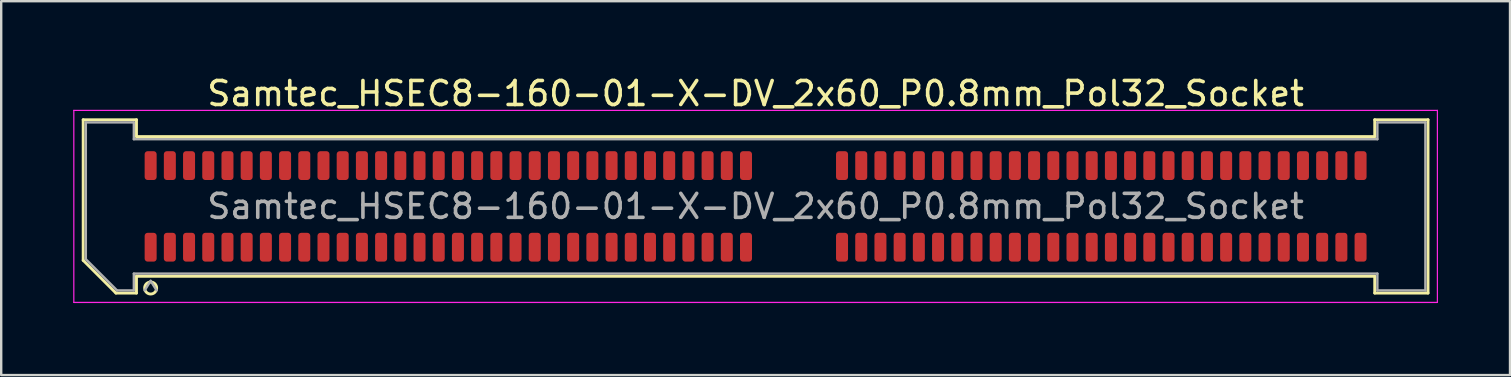
<source format=kicad_pcb>
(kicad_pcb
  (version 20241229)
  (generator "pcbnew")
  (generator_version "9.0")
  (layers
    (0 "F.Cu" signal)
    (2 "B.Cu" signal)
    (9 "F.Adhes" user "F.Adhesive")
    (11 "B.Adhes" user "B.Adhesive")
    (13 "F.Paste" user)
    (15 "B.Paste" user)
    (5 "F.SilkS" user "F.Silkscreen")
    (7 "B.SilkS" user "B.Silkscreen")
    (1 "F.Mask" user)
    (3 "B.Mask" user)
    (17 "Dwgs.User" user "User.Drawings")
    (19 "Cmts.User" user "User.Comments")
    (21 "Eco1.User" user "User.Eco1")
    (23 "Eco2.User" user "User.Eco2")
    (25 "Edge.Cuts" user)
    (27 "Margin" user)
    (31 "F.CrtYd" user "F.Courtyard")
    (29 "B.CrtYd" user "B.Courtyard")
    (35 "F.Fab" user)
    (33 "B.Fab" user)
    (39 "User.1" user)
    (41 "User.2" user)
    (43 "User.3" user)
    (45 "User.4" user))
  (footprint "Samtec_HSEC8-160-01-X-DV_2x60_P0.8mm_Pol32_Socket"
    (layer "F.Cu")
    (at 28.425 5.548)
    (property "Reference" "Samtec_HSEC8-160-01-X-DV_2x60_P0.8mm_Pol32_Socket" (at 0 -4.7 0) (layer "F.SilkS") (effects (font (size 1 1) (thickness 0.15))))
    (attr smd)
    (fp_line (start -28.01 -3.61) (end -25.79 -3.61) (stroke (width 0.12) (type solid)) (layer "F.SilkS"))
    (fp_line (start -28.01 2.246) (end -28.01 -3.61) (stroke (width 0.12) (type solid)) (layer "F.SilkS"))
    (fp_line (start -26.646 3.61) (end -28.01 2.246) (stroke (width 0.12) (type solid)) (layer "F.SilkS"))
    (fp_line (start -25.79 -3.61) (end -25.79 -2.91) (stroke (width 0.12) (type solid)) (layer "F.SilkS"))
    (fp_line (start -25.79 -2.91) (end 25.79 -2.91) (stroke (width 0.12) (type solid)) (layer "F.SilkS"))
    (fp_line (start -25.79 2.91) (end -25.79 3.61) (stroke (width 0.12) (type solid)) (layer "F.SilkS"))
    (fp_line (start -25.79 3.61) (end -26.646 3.61) (stroke (width 0.12) (type solid)) (layer "F.SilkS"))
    (fp_line (start 25.79 -3.61) (end 28.01 -3.61) (stroke (width 0.12) (type solid)) (layer "F.SilkS"))
    (fp_line (start 25.79 -2.91) (end 25.79 -3.61) (stroke (width 0.12) (type solid)) (layer "F.SilkS"))
    (fp_line (start 25.79 2.91) (end -25.79 2.91) (stroke (width 0.12) (type solid)) (layer "F.SilkS"))
    (fp_line (start 25.79 3.61) (end 25.79 2.91) (stroke (width 0.12) (type solid)) (layer "F.SilkS"))
    (fp_line (start 28.01 -3.61) (end 28.01 3.61) (stroke (width 0.12) (type solid)) (layer "F.SilkS"))
    (fp_line (start 28.01 3.61) (end 25.79 3.61) (stroke (width 0.12) (type solid)) (layer "F.SilkS"))
    (fp_arc (start -24.95 3.4) (mid -25.45 3.4) (end -24.95 3.4) (stroke (width 0.12) (type solid)) (layer "F.SilkS"))
    (fp_line (start -28.4 -4) (end -28.4 4) (stroke (width 0.05) (type solid)) (layer "F.CrtYd"))
    (fp_line (start -28.4 4) (end 28.4 4) (stroke (width 0.05) (type solid)) (layer "F.CrtYd"))
    (fp_line (start 28.4 -4) (end -28.4 -4) (stroke (width 0.05) (type solid)) (layer "F.CrtYd"))
    (fp_line (start 28.4 4) (end 28.4 -4) (stroke (width 0.05) (type solid)) (layer "F.CrtYd"))
    (fp_line (start -27.9 -3.5) (end -25.9 -3.5) (stroke (width 0.1) (type solid)) (layer "F.Fab"))
    (fp_line (start -27.9 2.2) (end -27.9 -3.5) (stroke (width 0.1) (type solid)) (layer "F.Fab"))
    (fp_line (start -26.6 3.5) (end -27.9 2.2) (stroke (width 0.1) (type solid)) (layer "F.Fab"))
    (fp_line (start -25.9 -3.5) (end -25.9 -2.8) (stroke (width 0.1) (type solid)) (layer "F.Fab"))
    (fp_line (start -25.9 -2.8) (end 25.9 -2.8) (stroke (width 0.1) (type solid)) (layer "F.Fab"))
    (fp_line (start -25.9 2.8) (end -25.9 3.5) (stroke (width 0.1) (type solid)) (layer "F.Fab"))
    (fp_line (start -25.9 3.5) (end -26.6 3.5) (stroke (width 0.1) (type solid)) (layer "F.Fab"))
    (fp_line (start -25.2 3.1) (end -25.45 3.5) (stroke (width 0.1) (type solid)) (layer "F.Fab"))
    (fp_line (start -25.2 3.1) (end -24.95 3.5) (stroke (width 0.1) (type solid)) (layer "F.Fab"))
    (fp_line (start 25.9 -3.5) (end 27.9 -3.5) (stroke (width 0.1) (type solid)) (layer "F.Fab"))
    (fp_line (start 25.9 -2.8) (end 25.9 -3.5) (stroke (width 0.1) (type solid)) (layer "F.Fab"))
    (fp_line (start 25.9 2.8) (end -25.9 2.8) (stroke (width 0.1) (type solid)) (layer "F.Fab"))
    (fp_line (start 25.9 3.5) (end 25.9 2.8) (stroke (width 0.1) (type solid)) (layer "F.Fab"))
    (fp_line (start 27.9 -3.5) (end 27.9 3.5) (stroke (width 0.1) (type solid)) (layer "F.Fab"))
    (fp_line (start 27.9 3.5) (end 25.9 3.5) (stroke (width 0.1) (type solid)) (layer "F.Fab"))
    (fp_text user "${REFERENCE}" (at 0 0 0) (layer "F.Fab") (effects (font (size 1 1) (thickness 0.15))))
    (pad "1" smd roundrect (at -25.2 1.7) (size 0.5 1.2) (layers "F.Cu" "F.Mask" "F.Paste") (roundrect_rratio 0.25))
    (pad "2" smd roundrect (at -25.2 -1.7) (size 0.5 1.2) (layers "F.Cu" "F.Mask" "F.Paste") (roundrect_rratio 0.25))
    (pad "3" smd roundrect (at -24.4 1.7) (size 0.5 1.2) (layers "F.Cu" "F.Mask" "F.Paste") (roundrect_rratio 0.25))
    (pad "4" smd roundrect (at -24.4 -1.7) (size 0.5 1.2) (layers "F.Cu" "F.Mask" "F.Paste") (roundrect_rratio 0.25))
    (pad "5" smd roundrect (at -23.6 1.7) (size 0.5 1.2) (layers "F.Cu" "F.Mask" "F.Paste") (roundrect_rratio 0.25))
    (pad "6" smd roundrect (at -23.6 -1.7) (size 0.5 1.2) (layers "F.Cu" "F.Mask" "F.Paste") (roundrect_rratio 0.25))
    (pad "7" smd roundrect (at -22.8 1.7) (size 0.5 1.2) (layers "F.Cu" "F.Mask" "F.Paste") (roundrect_rratio 0.25))
    (pad "8" smd roundrect (at -22.8 -1.7) (size 0.5 1.2) (layers "F.Cu" "F.Mask" "F.Paste") (roundrect_rratio 0.25))
    (pad "9" smd roundrect (at -22 1.7) (size 0.5 1.2) (layers "F.Cu" "F.Mask" "F.Paste") (roundrect_rratio 0.25))
    (pad "10" smd roundrect (at -22 -1.7) (size 0.5 1.2) (layers "F.Cu" "F.Mask" "F.Paste") (roundrect_rratio 0.25))
    (pad "11" smd roundrect (at -21.2 1.7) (size 0.5 1.2) (layers "F.Cu" "F.Mask" "F.Paste") (roundrect_rratio 0.25))
    (pad "12" smd roundrect (at -21.2 -1.7) (size 0.5 1.2) (layers "F.Cu" "F.Mask" "F.Paste") (roundrect_rratio 0.25))
    (pad "13" smd roundrect (at -20.4 1.7) (size 0.5 1.2) (layers "F.Cu" "F.Mask" "F.Paste") (roundrect_rratio 0.25))
    (pad "14" smd roundrect (at -20.4 -1.7) (size 0.5 1.2) (layers "F.Cu" "F.Mask" "F.Paste") (roundrect_rratio 0.25))
    (pad "15" smd roundrect (at -19.6 1.7) (size 0.5 1.2) (layers "F.Cu" "F.Mask" "F.Paste") (roundrect_rratio 0.25))
    (pad "16" smd roundrect (at -19.6 -1.7) (size 0.5 1.2) (layers "F.Cu" "F.Mask" "F.Paste") (roundrect_rratio 0.25))
    (pad "17" smd roundrect (at -18.8 1.7) (size 0.5 1.2) (layers "F.Cu" "F.Mask" "F.Paste") (roundrect_rratio 0.25))
    (pad "18" smd roundrect (at -18.8 -1.7) (size 0.5 1.2) (layers "F.Cu" "F.Mask" "F.Paste") (roundrect_rratio 0.25))
    (pad "19" smd roundrect (at -18 1.7) (size 0.5 1.2) (layers "F.Cu" "F.Mask" "F.Paste") (roundrect_rratio 0.25))
    (pad "20" smd roundrect (at -18 -1.7) (size 0.5 1.2) (layers "F.Cu" "F.Mask" "F.Paste") (roundrect_rratio 0.25))
    (pad "21" smd roundrect (at -17.2 1.7) (size 0.5 1.2) (layers "F.Cu" "F.Mask" "F.Paste") (roundrect_rratio 0.25))
    (pad "22" smd roundrect (at -17.2 -1.7) (size 0.5 1.2) (layers "F.Cu" "F.Mask" "F.Paste") (roundrect_rratio 0.25))
    (pad "23" smd roundrect (at -16.4 1.7) (size 0.5 1.2) (layers "F.Cu" "F.Mask" "F.Paste") (roundrect_rratio 0.25))
    (pad "24" smd roundrect (at -16.4 -1.7) (size 0.5 1.2) (layers "F.Cu" "F.Mask" "F.Paste") (roundrect_rratio 0.25))
    (pad "25" smd roundrect (at -15.6 1.7) (size 0.5 1.2) (layers "F.Cu" "F.Mask" "F.Paste") (roundrect_rratio 0.25))
    (pad "26" smd roundrect (at -15.6 -1.7) (size 0.5 1.2) (layers "F.Cu" "F.Mask" "F.Paste") (roundrect_rratio 0.25))
    (pad "27" smd roundrect (at -14.8 1.7) (size 0.5 1.2) (layers "F.Cu" "F.Mask" "F.Paste") (roundrect_rratio 0.25))
    (pad "28" smd roundrect (at -14.8 -1.7) (size 0.5 1.2) (layers "F.Cu" "F.Mask" "F.Paste") (roundrect_rratio 0.25))
    (pad "29" smd roundrect (at -14 1.7) (size 0.5 1.2) (layers "F.Cu" "F.Mask" "F.Paste") (roundrect_rratio 0.25))
    (pad "30" smd roundrect (at -14 -1.7) (size 0.5 1.2) (layers "F.Cu" "F.Mask" "F.Paste") (roundrect_rratio 0.25))
    (pad "31" smd roundrect (at -13.2 1.7) (size 0.5 1.2) (layers "F.Cu" "F.Mask" "F.Paste") (roundrect_rratio 0.25))
    (pad "32" smd roundrect (at -13.2 -1.7) (size 0.5 1.2) (layers "F.Cu" "F.Mask" "F.Paste") (roundrect_rratio 0.25))
    (pad "33" smd roundrect (at -12.4 1.7) (size 0.5 1.2) (layers "F.Cu" "F.Mask" "F.Paste") (roundrect_rratio 0.25))
    (pad "34" smd roundrect (at -12.4 -1.7) (size 0.5 1.2) (layers "F.Cu" "F.Mask" "F.Paste") (roundrect_rratio 0.25))
    (pad "35" smd roundrect (at -11.6 1.7) (size 0.5 1.2) (layers "F.Cu" "F.Mask" "F.Paste") (roundrect_rratio 0.25))
    (pad "36" smd roundrect (at -11.6 -1.7) (size 0.5 1.2) (layers "F.Cu" "F.Mask" "F.Paste") (roundrect_rratio 0.25))
    (pad "37" smd roundrect (at -10.8 1.7) (size 0.5 1.2) (layers "F.Cu" "F.Mask" "F.Paste") (roundrect_rratio 0.25))
    (pad "38" smd roundrect (at -10.8 -1.7) (size 0.5 1.2) (layers "F.Cu" "F.Mask" "F.Paste") (roundrect_rratio 0.25))
    (pad "39" smd roundrect (at -10 1.7) (size 0.5 1.2) (layers "F.Cu" "F.Mask" "F.Paste") (roundrect_rratio 0.25))
    (pad "40" smd roundrect (at -10 -1.7) (size 0.5 1.2) (layers "F.Cu" "F.Mask" "F.Paste") (roundrect_rratio 0.25))
    (pad "41" smd roundrect (at -9.2 1.7) (size 0.5 1.2) (layers "F.Cu" "F.Mask" "F.Paste") (roundrect_rratio 0.25))
    (pad "42" smd roundrect (at -9.2 -1.7) (size 0.5 1.2) (layers "F.Cu" "F.Mask" "F.Paste") (roundrect_rratio 0.25))
    (pad "43" smd roundrect (at -8.4 1.7) (size 0.5 1.2) (layers "F.Cu" "F.Mask" "F.Paste") (roundrect_rratio 0.25))
    (pad "44" smd roundrect (at -8.4 -1.7) (size 0.5 1.2) (layers "F.Cu" "F.Mask" "F.Paste") (roundrect_rratio 0.25))
    (pad "45" smd roundrect (at -7.6 1.7) (size 0.5 1.2) (layers "F.Cu" "F.Mask" "F.Paste") (roundrect_rratio 0.25))
    (pad "46" smd roundrect (at -7.6 -1.7) (size 0.5 1.2) (layers "F.Cu" "F.Mask" "F.Paste") (roundrect_rratio 0.25))
    (pad "47" smd roundrect (at -6.8 1.7) (size 0.5 1.2) (layers "F.Cu" "F.Mask" "F.Paste") (roundrect_rratio 0.25))
    (pad "48" smd roundrect (at -6.8 -1.7) (size 0.5 1.2) (layers "F.Cu" "F.Mask" "F.Paste") (roundrect_rratio 0.25))
    (pad "49" smd roundrect (at -6 1.7) (size 0.5 1.2) (layers "F.Cu" "F.Mask" "F.Paste") (roundrect_rratio 0.25))
    (pad "50" smd roundrect (at -6 -1.7) (size 0.5 1.2) (layers "F.Cu" "F.Mask" "F.Paste") (roundrect_rratio 0.25))
    (pad "51" smd roundrect (at -5.2 1.7) (size 0.5 1.2) (layers "F.Cu" "F.Mask" "F.Paste") (roundrect_rratio 0.25))
    (pad "52" smd roundrect (at -5.2 -1.7) (size 0.5 1.2) (layers "F.Cu" "F.Mask" "F.Paste") (roundrect_rratio 0.25))
    (pad "53" smd roundrect (at -4.4 1.7) (size 0.5 1.2) (layers "F.Cu" "F.Mask" "F.Paste") (roundrect_rratio 0.25))
    (pad "54" smd roundrect (at -4.4 -1.7) (size 0.5 1.2) (layers "F.Cu" "F.Mask" "F.Paste") (roundrect_rratio 0.25))
    (pad "55" smd roundrect (at -3.6 1.7) (size 0.5 1.2) (layers "F.Cu" "F.Mask" "F.Paste") (roundrect_rratio 0.25))
    (pad "56" smd roundrect (at -3.6 -1.7) (size 0.5 1.2) (layers "F.Cu" "F.Mask" "F.Paste") (roundrect_rratio 0.25))
    (pad "57" smd roundrect (at -2.8 1.7) (size 0.5 1.2) (layers "F.Cu" "F.Mask" "F.Paste") (roundrect_rratio 0.25))
    (pad "58" smd roundrect (at -2.8 -1.7) (size 0.5 1.2) (layers "F.Cu" "F.Mask" "F.Paste") (roundrect_rratio 0.25))
    (pad "59" smd roundrect (at -2 1.7) (size 0.5 1.2) (layers "F.Cu" "F.Mask" "F.Paste") (roundrect_rratio 0.25))
    (pad "60" smd roundrect (at -2 -1.7) (size 0.5 1.2) (layers "F.Cu" "F.Mask" "F.Paste") (roundrect_rratio 0.25))
    (pad "61" smd roundrect (at -1.2 1.7) (size 0.5 1.2) (layers "F.Cu" "F.Mask" "F.Paste") (roundrect_rratio 0.25))
    (pad "62" smd roundrect (at -1.2 -1.7) (size 0.5 1.2) (layers "F.Cu" "F.Mask" "F.Paste") (roundrect_rratio 0.25))
    (pad "63" smd roundrect (at -0.4 1.7) (size 0.5 1.2) (layers "F.Cu" "F.Mask" "F.Paste") (roundrect_rratio 0.25))
    (pad "64" smd roundrect (at -0.4 -1.7) (size 0.5 1.2) (layers "F.Cu" "F.Mask" "F.Paste") (roundrect_rratio 0.25))
    (pad "65" smd roundrect (at 3.6 1.7) (size 0.5 1.2) (layers "F.Cu" "F.Mask" "F.Paste") (roundrect_rratio 0.25))
    (pad "66" smd roundrect (at 3.6 -1.7) (size 0.5 1.2) (layers "F.Cu" "F.Mask" "F.Paste") (roundrect_rratio 0.25))
    (pad "67" smd roundrect (at 4.4 1.7) (size 0.5 1.2) (layers "F.Cu" "F.Mask" "F.Paste") (roundrect_rratio 0.25))
    (pad "68" smd roundrect (at 4.4 -1.7) (size 0.5 1.2) (layers "F.Cu" "F.Mask" "F.Paste") (roundrect_rratio 0.25))
    (pad "69" smd roundrect (at 5.2 1.7) (size 0.5 1.2) (layers "F.Cu" "F.Mask" "F.Paste") (roundrect_rratio 0.25))
    (pad "70" smd roundrect (at 5.2 -1.7) (size 0.5 1.2) (layers "F.Cu" "F.Mask" "F.Paste") (roundrect_rratio 0.25))
    (pad "71" smd roundrect (at 6 1.7) (size 0.5 1.2) (layers "F.Cu" "F.Mask" "F.Paste") (roundrect_rratio 0.25))
    (pad "72" smd roundrect (at 6 -1.7) (size 0.5 1.2) (layers "F.Cu" "F.Mask" "F.Paste") (roundrect_rratio 0.25))
    (pad "73" smd roundrect (at 6.8 1.7) (size 0.5 1.2) (layers "F.Cu" "F.Mask" "F.Paste") (roundrect_rratio 0.25))
    (pad "74" smd roundrect (at 6.8 -1.7) (size 0.5 1.2) (layers "F.Cu" "F.Mask" "F.Paste") (roundrect_rratio 0.25))
    (pad "75" smd roundrect (at 7.6 1.7) (size 0.5 1.2) (layers "F.Cu" "F.Mask" "F.Paste") (roundrect_rratio 0.25))
    (pad "76" smd roundrect (at 7.6 -1.7) (size 0.5 1.2) (layers "F.Cu" "F.Mask" "F.Paste") (roundrect_rratio 0.25))
    (pad "77" smd roundrect (at 8.4 1.7) (size 0.5 1.2) (layers "F.Cu" "F.Mask" "F.Paste") (roundrect_rratio 0.25))
    (pad "78" smd roundrect (at 8.4 -1.7) (size 0.5 1.2) (layers "F.Cu" "F.Mask" "F.Paste") (roundrect_rratio 0.25))
    (pad "79" smd roundrect (at 9.2 1.7) (size 0.5 1.2) (layers "F.Cu" "F.Mask" "F.Paste") (roundrect_rratio 0.25))
    (pad "80" smd roundrect (at 9.2 -1.7) (size 0.5 1.2) (layers "F.Cu" "F.Mask" "F.Paste") (roundrect_rratio 0.25))
    (pad "81" smd roundrect (at 10 1.7) (size 0.5 1.2) (layers "F.Cu" "F.Mask" "F.Paste") (roundrect_rratio 0.25))
    (pad "82" smd roundrect (at 10 -1.7) (size 0.5 1.2) (layers "F.Cu" "F.Mask" "F.Paste") (roundrect_rratio 0.25))
    (pad "83" smd roundrect (at 10.8 1.7) (size 0.5 1.2) (layers "F.Cu" "F.Mask" "F.Paste") (roundrect_rratio 0.25))
    (pad "84" smd roundrect (at 10.8 -1.7) (size 0.5 1.2) (layers "F.Cu" "F.Mask" "F.Paste") (roundrect_rratio 0.25))
    (pad "85" smd roundrect (at 11.6 1.7) (size 0.5 1.2) (layers "F.Cu" "F.Mask" "F.Paste") (roundrect_rratio 0.25))
    (pad "86" smd roundrect (at 11.6 -1.7) (size 0.5 1.2) (layers "F.Cu" "F.Mask" "F.Paste") (roundrect_rratio 0.25))
    (pad "87" smd roundrect (at 12.4 1.7) (size 0.5 1.2) (layers "F.Cu" "F.Mask" "F.Paste") (roundrect_rratio 0.25))
    (pad "88" smd roundrect (at 12.4 -1.7) (size 0.5 1.2) (layers "F.Cu" "F.Mask" "F.Paste") (roundrect_rratio 0.25))
    (pad "89" smd roundrect (at 13.2 1.7) (size 0.5 1.2) (layers "F.Cu" "F.Mask" "F.Paste") (roundrect_rratio 0.25))
    (pad "90" smd roundrect (at 13.2 -1.7) (size 0.5 1.2) (layers "F.Cu" "F.Mask" "F.Paste") (roundrect_rratio 0.25))
    (pad "91" smd roundrect (at 14 1.7) (size 0.5 1.2) (layers "F.Cu" "F.Mask" "F.Paste") (roundrect_rratio 0.25))
    (pad "92" smd roundrect (at 14 -1.7) (size 0.5 1.2) (layers "F.Cu" "F.Mask" "F.Paste") (roundrect_rratio 0.25))
    (pad "93" smd roundrect (at 14.8 1.7) (size 0.5 1.2) (layers "F.Cu" "F.Mask" "F.Paste") (roundrect_rratio 0.25))
    (pad "94" smd roundrect (at 14.8 -1.7) (size 0.5 1.2) (layers "F.Cu" "F.Mask" "F.Paste") (roundrect_rratio 0.25))
    (pad "95" smd roundrect (at 15.6 1.7) (size 0.5 1.2) (layers "F.Cu" "F.Mask" "F.Paste") (roundrect_rratio 0.25))
    (pad "96" smd roundrect (at 15.6 -1.7) (size 0.5 1.2) (layers "F.Cu" "F.Mask" "F.Paste") (roundrect_rratio 0.25))
    (pad "97" smd roundrect (at 16.4 1.7) (size 0.5 1.2) (layers "F.Cu" "F.Mask" "F.Paste") (roundrect_rratio 0.25))
    (pad "98" smd roundrect (at 16.4 -1.7) (size 0.5 1.2) (layers "F.Cu" "F.Mask" "F.Paste") (roundrect_rratio 0.25))
    (pad "99" smd roundrect (at 17.2 1.7) (size 0.5 1.2) (layers "F.Cu" "F.Mask" "F.Paste") (roundrect_rratio 0.25))
    (pad "100" smd roundrect (at 17.2 -1.7) (size 0.5 1.2) (layers "F.Cu" "F.Mask" "F.Paste") (roundrect_rratio 0.25))
    (pad "101" smd roundrect (at 18 1.7) (size 0.5 1.2) (layers "F.Cu" "F.Mask" "F.Paste") (roundrect_rratio 0.25))
    (pad "102" smd roundrect (at 18 -1.7) (size 0.5 1.2) (layers "F.Cu" "F.Mask" "F.Paste") (roundrect_rratio 0.25))
    (pad "103" smd roundrect (at 18.8 1.7) (size 0.5 1.2) (layers "F.Cu" "F.Mask" "F.Paste") (roundrect_rratio 0.25))
    (pad "104" smd roundrect (at 18.8 -1.7) (size 0.5 1.2) (layers "F.Cu" "F.Mask" "F.Paste") (roundrect_rratio 0.25))
    (pad "105" smd roundrect (at 19.6 1.7) (size 0.5 1.2) (layers "F.Cu" "F.Mask" "F.Paste") (roundrect_rratio 0.25))
    (pad "106" smd roundrect (at 19.6 -1.7) (size 0.5 1.2) (layers "F.Cu" "F.Mask" "F.Paste") (roundrect_rratio 0.25))
    (pad "107" smd roundrect (at 20.4 1.7) (size 0.5 1.2) (layers "F.Cu" "F.Mask" "F.Paste") (roundrect_rratio 0.25))
    (pad "108" smd roundrect (at 20.4 -1.7) (size 0.5 1.2) (layers "F.Cu" "F.Mask" "F.Paste") (roundrect_rratio 0.25))
    (pad "109" smd roundrect (at 21.2 1.7) (size 0.5 1.2) (layers "F.Cu" "F.Mask" "F.Paste") (roundrect_rratio 0.25))
    (pad "110" smd roundrect (at 21.2 -1.7) (size 0.5 1.2) (layers "F.Cu" "F.Mask" "F.Paste") (roundrect_rratio 0.25))
    (pad "111" smd roundrect (at 22 1.7) (size 0.5 1.2) (layers "F.Cu" "F.Mask" "F.Paste") (roundrect_rratio 0.25))
    (pad "112" smd roundrect (at 22 -1.7) (size 0.5 1.2) (layers "F.Cu" "F.Mask" "F.Paste") (roundrect_rratio 0.25))
    (pad "113" smd roundrect (at 22.8 1.7) (size 0.5 1.2) (layers "F.Cu" "F.Mask" "F.Paste") (roundrect_rratio 0.25))
    (pad "114" smd roundrect (at 22.8 -1.7) (size 0.5 1.2) (layers "F.Cu" "F.Mask" "F.Paste") (roundrect_rratio 0.25))
    (pad "115" smd roundrect (at 23.6 1.7) (size 0.5 1.2) (layers "F.Cu" "F.Mask" "F.Paste") (roundrect_rratio 0.25))
    (pad "116" smd roundrect (at 23.6 -1.7) (size 0.5 1.2) (layers "F.Cu" "F.Mask" "F.Paste") (roundrect_rratio 0.25))
    (pad "117" smd roundrect (at 24.4 1.7) (size 0.5 1.2) (layers "F.Cu" "F.Mask" "F.Paste") (roundrect_rratio 0.25))
    (pad "118" smd roundrect (at 24.4 -1.7) (size 0.5 1.2) (layers "F.Cu" "F.Mask" "F.Paste") (roundrect_rratio 0.25))
    (pad "119" smd roundrect (at 25.2 1.7) (size 0.5 1.2) (layers "F.Cu" "F.Mask" "F.Paste") (roundrect_rratio 0.25))
    (pad "120" smd roundrect (at 25.2 -1.7) (size 0.5 1.2) (layers "F.Cu" "F.Mask" "F.Paste") (roundrect_rratio 0.25)))
  (gr_rect
    (start -3 -3)
    (end 59.85 12.573)
    (stroke (width 0.1) (type default))
    (fill no)
    (layer "Edge.Cuts")))
</source>
